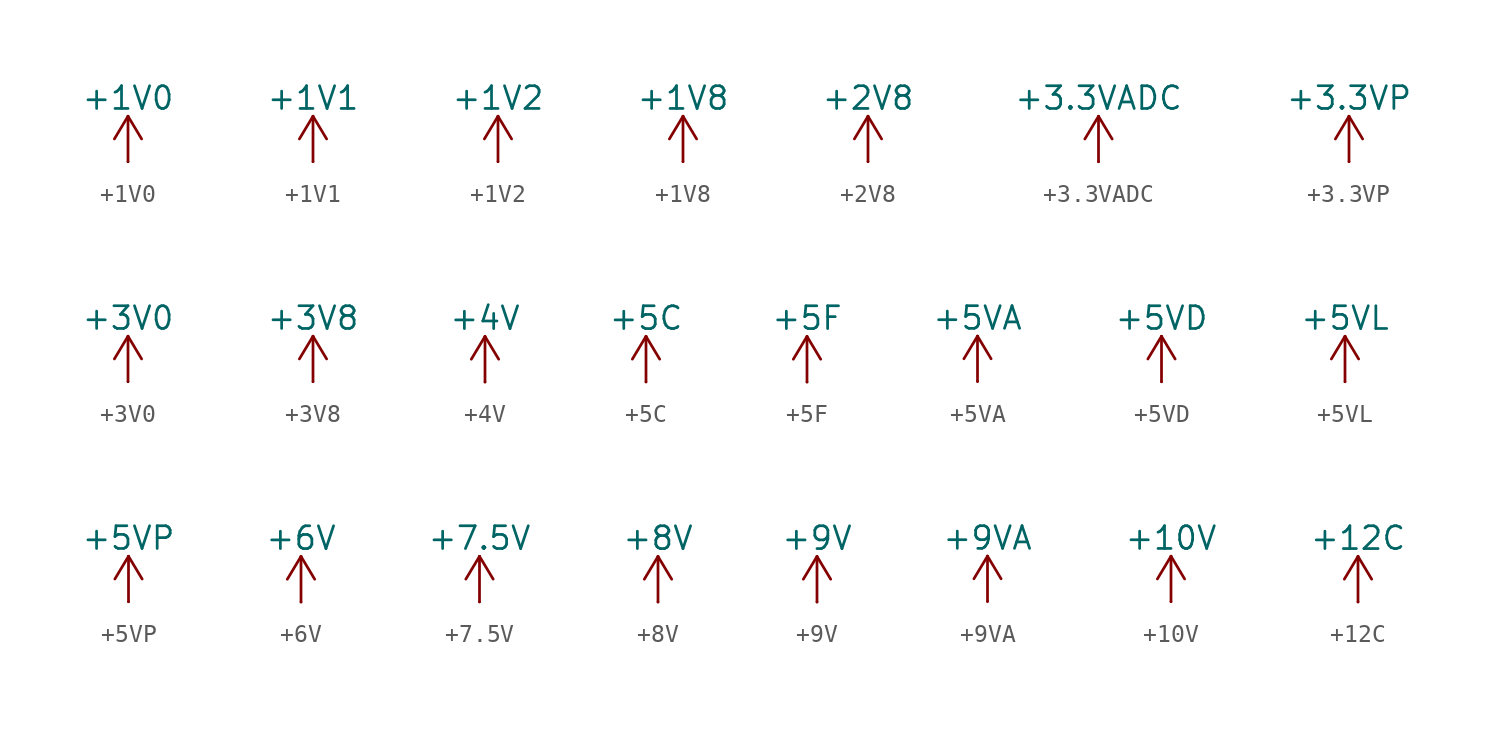
<source format=kicad_sym>
(kicad_symbol_lib
  (version 20241209)
  (generator "kicad_symbol_editor")
  (generator_version "9.0")
  (symbol "+1V0"
    (power)
    (pin_numbers
      (hide yes))
    (pin_names
      (offset 0)
      (hide yes))
    (property "Reference" "#PWR"
      (at 0 -3.81 0)
      (effects (font (size 1.27 1.27)) (hide yes)))
    (property "Value" "+1V0"
      (at 0 3.556 0)
      (effects (font (size 1.27 1.27))))
    (symbol "+1V0_0_1"
      (polyline (pts (xy -0.762 1.27) (xy 0 2.54)) (stroke (width 0) (type default)) (fill (type none)))
      (polyline (pts (xy 0 2.54) (xy 0.762 1.27)) (stroke (width 0) (type default)) (fill (type none)))
      (polyline (pts (xy 0 0) (xy 0 2.54)) (stroke (width 0) (type default)) (fill (type none))))
    (symbol "+1V0_1_1"
      (pin power_in line (at 0 0 90) (length 0) (name "~" (effects (font (size 1.27 1.27)))) (number "1" (effects (font (size 1.27 1.27)))))))
  (symbol "+1V1"
    (power)
    (pin_numbers
      (hide yes))
    (pin_names
      (offset 0)
      (hide yes))
    (property "Reference" "#PWR"
      (at 0 -3.81 0)
      (effects (font (size 1.27 1.27)) (hide yes)))
    (property "Value" "+1V1"
      (at 0 3.556 0)
      (effects (font (size 1.27 1.27))))
    (symbol "+1V1_0_1"
      (polyline (pts (xy -0.762 1.27) (xy 0 2.54)) (stroke (width 0) (type default)) (fill (type none)))
      (polyline (pts (xy 0 2.54) (xy 0.762 1.27)) (stroke (width 0) (type default)) (fill (type none)))
      (polyline (pts (xy 0 0) (xy 0 2.54)) (stroke (width 0) (type default)) (fill (type none))))
    (symbol "+1V1_1_1"
      (pin power_in line (at 0 0 90) (length 0) (name "~" (effects (font (size 1.27 1.27)))) (number "1" (effects (font (size 1.27 1.27)))))))
  (symbol "+1V2"
    (power)
    (pin_numbers
      (hide yes))
    (pin_names
      (offset 0)
      (hide yes))
    (property "Reference" "#PWR"
      (at 0 -3.81 0)
      (effects (font (size 1.27 1.27)) (hide yes)))
    (property "Value" "+1V2"
      (at 0 3.556 0)
      (effects (font (size 1.27 1.27))))
    (symbol "+1V2_0_1"
      (polyline (pts (xy -0.762 1.27) (xy 0 2.54)) (stroke (width 0) (type default)) (fill (type none)))
      (polyline (pts (xy 0 2.54) (xy 0.762 1.27)) (stroke (width 0) (type default)) (fill (type none)))
      (polyline (pts (xy 0 0) (xy 0 2.54)) (stroke (width 0) (type default)) (fill (type none))))
    (symbol "+1V2_1_1"
      (pin power_in line (at 0 0 90) (length 0) (name "~" (effects (font (size 1.27 1.27)))) (number "1" (effects (font (size 1.27 1.27)))))))
  (symbol "+1V8"
    (power)
    (pin_numbers
      (hide yes))
    (pin_names
      (offset 0)
      (hide yes))
    (property "Reference" "#PWR"
      (at 0 -3.81 0)
      (effects (font (size 1.27 1.27)) (hide yes)))
    (property "Value" "+1V8"
      (at 0 3.556 0)
      (effects (font (size 1.27 1.27))))
    (symbol "+1V8_0_1"
      (polyline (pts (xy -0.762 1.27) (xy 0 2.54)) (stroke (width 0) (type default)) (fill (type none)))
      (polyline (pts (xy 0 2.54) (xy 0.762 1.27)) (stroke (width 0) (type default)) (fill (type none)))
      (polyline (pts (xy 0 0) (xy 0 2.54)) (stroke (width 0) (type default)) (fill (type none))))
    (symbol "+1V8_1_1"
      (pin power_in line (at 0 0 90) (length 0) (name "~" (effects (font (size 1.27 1.27)))) (number "1" (effects (font (size 1.27 1.27)))))))
  (symbol "+2V8"
    (power)
    (pin_numbers
      (hide yes))
    (pin_names
      (offset 0)
      (hide yes))
    (property "Reference" "#PWR"
      (at 0 -3.81 0)
      (effects (font (size 1.27 1.27)) (hide yes)))
    (property "Value" "+2V8"
      (at 0 3.556 0)
      (effects (font (size 1.27 1.27))))
    (symbol "+2V8_0_1"
      (polyline (pts (xy -0.762 1.27) (xy 0 2.54)) (stroke (width 0) (type default)) (fill (type none)))
      (polyline (pts (xy 0 2.54) (xy 0.762 1.27)) (stroke (width 0) (type default)) (fill (type none)))
      (polyline (pts (xy 0 0) (xy 0 2.54)) (stroke (width 0) (type default)) (fill (type none))))
    (symbol "+2V8_1_1"
      (pin power_in line (at 0 0 90) (length 0) (name "~" (effects (font (size 1.27 1.27)))) (number "1" (effects (font (size 1.27 1.27)))))))
  (symbol "+3.3VADC"
    (power)
    (pin_numbers
      (hide yes))
    (pin_names
      (offset 0)
      (hide yes))
    (property "Reference" "#PWR"
      (at 3.81 -1.27 0)
      (effects (font (size 1.27 1.27)) (hide yes)))
    (property "Value" "+3.3VADC"
      (at 0 3.556 0)
      (effects (font (size 1.27 1.27))))
    (symbol "+3.3VADC_0_0"
      (pin power_in line (at 0 0 90) (length 0) (name "~" (effects (font (size 1.27 1.27)))) (number "1" (effects (font (size 1.27 1.27))))))
    (symbol "+3.3VADC_0_1"
      (polyline (pts (xy -0.762 1.27) (xy 0 2.54)) (stroke (width 0) (type default)) (fill (type none)))
      (polyline (pts (xy 0 2.54) (xy 0.762 1.27)) (stroke (width 0) (type default)) (fill (type none)))
      (polyline (pts (xy 0 0) (xy 0 2.54)) (stroke (width 0) (type default)) (fill (type none)))))
  (symbol "+3.3VP"
    (power)
    (pin_numbers
      (hide yes))
    (pin_names
      (offset 0)
      (hide yes))
    (property "Reference" "#PWR"
      (at 3.81 -1.27 0)
      (effects (font (size 1.27 1.27)) (hide yes)))
    (property "Value" "+3.3VP"
      (at 0 3.556 0)
      (effects (font (size 1.27 1.27))))
    (symbol "+3.3VP_0_0"
      (pin power_in line (at 0 0 90) (length 0) (name "~" (effects (font (size 1.27 1.27)))) (number "1" (effects (font (size 1.27 1.27))))))
    (symbol "+3.3VP_0_1"
      (polyline (pts (xy -0.762 1.27) (xy 0 2.54)) (stroke (width 0) (type default)) (fill (type none)))
      (polyline (pts (xy 0 2.54) (xy 0.762 1.27)) (stroke (width 0) (type default)) (fill (type none)))
      (polyline (pts (xy 0 0) (xy 0 2.54)) (stroke (width 0) (type default)) (fill (type none)))))
  (symbol "+3V0"
    (power)
    (pin_numbers
      (hide yes))
    (pin_names
      (offset 0)
      (hide yes))
    (property "Reference" "#PWR"
      (at 0 -3.81 0)
      (effects (font (size 1.27 1.27)) (hide yes)))
    (property "Value" "+3V0"
      (at 0 3.556 0)
      (effects (font (size 1.27 1.27))))
    (symbol "+3V0_0_1"
      (polyline (pts (xy -0.762 1.27) (xy 0 2.54)) (stroke (width 0) (type default)) (fill (type none)))
      (polyline (pts (xy 0 2.54) (xy 0.762 1.27)) (stroke (width 0) (type default)) (fill (type none)))
      (polyline (pts (xy 0 0) (xy 0 2.54)) (stroke (width 0) (type default)) (fill (type none))))
    (symbol "+3V0_1_1"
      (pin power_in line (at 0 0 90) (length 0) (name "~" (effects (font (size 1.27 1.27)))) (number "1" (effects (font (size 1.27 1.27)))))))
  (symbol "+3V8"
    (power)
    (pin_numbers
      (hide yes))
    (pin_names
      (offset 0)
      (hide yes))
    (property "Reference" "#PWR"
      (at 0 -3.81 0)
      (effects (font (size 1.27 1.27)) (hide yes)))
    (property "Value" "+3V8"
      (at 0 3.556 0)
      (effects (font (size 1.27 1.27))))
    (symbol "+3V8_0_1"
      (polyline (pts (xy -0.762 1.27) (xy 0 2.54)) (stroke (width 0) (type default)) (fill (type none)))
      (polyline (pts (xy 0 2.54) (xy 0.762 1.27)) (stroke (width 0) (type default)) (fill (type none)))
      (polyline (pts (xy 0 0) (xy 0 2.54)) (stroke (width 0) (type default)) (fill (type none))))
    (symbol "+3V8_1_1"
      (pin power_in line (at 0 0 90) (length 0) (name "~" (effects (font (size 1.27 1.27)))) (number "1" (effects (font (size 1.27 1.27)))))))
  (symbol "+4V"
    (power)
    (pin_numbers
      (hide yes))
    (pin_names
      (offset 0)
      (hide yes))
    (property "Reference" "#PWR"
      (at 0 -3.81 0)
      (effects (font (size 1.27 1.27)) (hide yes)))
    (property "Value" "+4V"
      (at 0 3.556 0)
      (effects (font (size 1.27 1.27))))
    (symbol "+4V_0_1"
      (polyline (pts (xy -0.762 1.27) (xy 0 2.54)) (stroke (width 0) (type default)) (fill (type none)))
      (polyline (pts (xy 0 2.54) (xy 0.762 1.27)) (stroke (width 0) (type default)) (fill (type none)))
      (polyline (pts (xy 0 0) (xy 0 2.54)) (stroke (width 0) (type default)) (fill (type none))))
    (symbol "+4V_1_1"
      (pin power_in line (at 0 0 90) (length 0) (name "~" (effects (font (size 1.27 1.27)))) (number "1" (effects (font (size 1.27 1.27)))))))
  (symbol "+5C"
    (power)
    (pin_numbers
      (hide yes))
    (pin_names
      (offset 0)
      (hide yes))
    (property "Reference" "#PWR"
      (at 0 -3.81 0)
      (effects (font (size 1.27 1.27)) (hide yes)))
    (property "Value" "+5C"
      (at 0 3.556 0)
      (effects (font (size 1.27 1.27))))
    (symbol "+5C_0_1"
      (polyline (pts (xy -0.762 1.27) (xy 0 2.54)) (stroke (width 0) (type default)) (fill (type none)))
      (polyline (pts (xy 0 2.54) (xy 0.762 1.27)) (stroke (width 0) (type default)) (fill (type none)))
      (polyline (pts (xy 0 0) (xy 0 2.54)) (stroke (width 0) (type default)) (fill (type none))))
    (symbol "+5C_1_1"
      (pin power_in line (at 0 0 90) (length 0) (name "~" (effects (font (size 1.27 1.27)))) (number "1" (effects (font (size 1.27 1.27)))))))
  (symbol "+5F"
    (power)
    (pin_numbers
      (hide yes))
    (pin_names
      (offset 0)
      (hide yes))
    (property "Reference" "#PWR"
      (at 0 -3.81 0)
      (effects (font (size 1.27 1.27)) (hide yes)))
    (property "Value" "+5F"
      (at 0 3.556 0)
      (effects (font (size 1.27 1.27))))
    (symbol "+5F_0_1"
      (polyline (pts (xy -0.762 1.27) (xy 0 2.54)) (stroke (width 0) (type default)) (fill (type none)))
      (polyline (pts (xy 0 2.54) (xy 0.762 1.27)) (stroke (width 0) (type default)) (fill (type none)))
      (polyline (pts (xy 0 0) (xy 0 2.54)) (stroke (width 0) (type default)) (fill (type none))))
    (symbol "+5F_1_1"
      (pin power_in line (at 0 0 90) (length 0) (name "~" (effects (font (size 1.27 1.27)))) (number "1" (effects (font (size 1.27 1.27)))))))
  (symbol "+5VA"
    (power)
    (pin_numbers
      (hide yes))
    (pin_names
      (offset 0)
      (hide yes))
    (property "Reference" "#PWR"
      (at 0 -3.81 0)
      (effects (font (size 1.27 1.27)) (hide yes)))
    (property "Value" "+5VA"
      (at 0 3.556 0)
      (effects (font (size 1.27 1.27))))
    (symbol "+5VA_0_1"
      (polyline (pts (xy -0.762 1.27) (xy 0 2.54)) (stroke (width 0) (type default)) (fill (type none)))
      (polyline (pts (xy 0 2.54) (xy 0.762 1.27)) (stroke (width 0) (type default)) (fill (type none)))
      (polyline (pts (xy 0 0) (xy 0 2.54)) (stroke (width 0) (type default)) (fill (type none))))
    (symbol "+5VA_1_1"
      (pin power_in line (at 0 0 90) (length 0) (name "~" (effects (font (size 1.27 1.27)))) (number "1" (effects (font (size 1.27 1.27)))))))
  (symbol "+5VD"
    (power)
    (pin_numbers
      (hide yes))
    (pin_names
      (offset 0)
      (hide yes))
    (property "Reference" "#PWR"
      (at 0 -3.81 0)
      (effects (font (size 1.27 1.27)) (hide yes)))
    (property "Value" "+5VD"
      (at 0 3.556 0)
      (effects (font (size 1.27 1.27))))
    (symbol "+5VD_0_1"
      (polyline (pts (xy -0.762 1.27) (xy 0 2.54)) (stroke (width 0) (type default)) (fill (type none)))
      (polyline (pts (xy 0 2.54) (xy 0.762 1.27)) (stroke (width 0) (type default)) (fill (type none)))
      (polyline (pts (xy 0 0) (xy 0 2.54)) (stroke (width 0) (type default)) (fill (type none))))
    (symbol "+5VD_1_1"
      (pin power_in line (at 0 0 90) (length 0) (name "~" (effects (font (size 1.27 1.27)))) (number "1" (effects (font (size 1.27 1.27)))))))
  (symbol "+5VL"
    (power)
    (pin_numbers
      (hide yes))
    (pin_names
      (offset 0)
      (hide yes))
    (property "Reference" "#PWR"
      (at 0 -3.81 0)
      (effects (font (size 1.27 1.27)) (hide yes)))
    (property "Value" "+5VL"
      (at 0 3.556 0)
      (effects (font (size 1.27 1.27))))
    (symbol "+5VL_0_1"
      (polyline (pts (xy -0.762 1.27) (xy 0 2.54)) (stroke (width 0) (type default)) (fill (type none)))
      (polyline (pts (xy 0 2.54) (xy 0.762 1.27)) (stroke (width 0) (type default)) (fill (type none)))
      (polyline (pts (xy 0 0) (xy 0 2.54)) (stroke (width 0) (type default)) (fill (type none))))
    (symbol "+5VL_1_1"
      (pin power_in line (at 0 0 90) (length 0) (name "~" (effects (font (size 1.27 1.27)))) (number "1" (effects (font (size 1.27 1.27)))))))
  (symbol "+5VP"
    (power)
    (pin_numbers
      (hide yes))
    (pin_names
      (offset 0)
      (hide yes))
    (property "Reference" "#PWR"
      (at 0 -3.81 0)
      (effects (font (size 1.27 1.27)) (hide yes)))
    (property "Value" "+5VP"
      (at 0 3.556 0)
      (effects (font (size 1.27 1.27))))
    (symbol "+5VP_0_1"
      (polyline (pts (xy -0.762 1.27) (xy 0 2.54)) (stroke (width 0) (type default)) (fill (type none)))
      (polyline (pts (xy 0 2.54) (xy 0.762 1.27)) (stroke (width 0) (type default)) (fill (type none)))
      (polyline (pts (xy 0 0) (xy 0 2.54)) (stroke (width 0) (type default)) (fill (type none))))
    (symbol "+5VP_1_1"
      (pin power_in line (at 0 0 90) (length 0) (name "~" (effects (font (size 1.27 1.27)))) (number "1" (effects (font (size 1.27 1.27)))))))
  (symbol "+6V"
    (power)
    (pin_numbers
      (hide yes))
    (pin_names
      (offset 0)
      (hide yes))
    (property "Reference" "#PWR"
      (at 0 -3.81 0)
      (effects (font (size 1.27 1.27)) (hide yes)))
    (property "Value" "+6V"
      (at 0 3.556 0)
      (effects (font (size 1.27 1.27))))
    (symbol "+6V_0_1"
      (polyline (pts (xy -0.762 1.27) (xy 0 2.54)) (stroke (width 0) (type default)) (fill (type none)))
      (polyline (pts (xy 0 2.54) (xy 0.762 1.27)) (stroke (width 0) (type default)) (fill (type none)))
      (polyline (pts (xy 0 0) (xy 0 2.54)) (stroke (width 0) (type default)) (fill (type none))))
    (symbol "+6V_1_1"
      (pin power_in line (at 0 0 90) (length 0) (name "~" (effects (font (size 1.27 1.27)))) (number "1" (effects (font (size 1.27 1.27)))))))
  (symbol "+7.5V"
    (power)
    (pin_numbers
      (hide yes))
    (pin_names
      (offset 0)
      (hide yes))
    (property "Reference" "#PWR"
      (at 0 -3.81 0)
      (effects (font (size 1.27 1.27)) (hide yes)))
    (property "Value" "+7.5V"
      (at 0 3.556 0)
      (effects (font (size 1.27 1.27))))
    (symbol "+7.5V_0_1"
      (polyline (pts (xy -0.762 1.27) (xy 0 2.54)) (stroke (width 0) (type default)) (fill (type none)))
      (polyline (pts (xy 0 2.54) (xy 0.762 1.27)) (stroke (width 0) (type default)) (fill (type none)))
      (polyline (pts (xy 0 0) (xy 0 2.54)) (stroke (width 0) (type default)) (fill (type none))))
    (symbol "+7.5V_1_1"
      (pin power_in line (at 0 0 90) (length 0) (name "~" (effects (font (size 1.27 1.27)))) (number "1" (effects (font (size 1.27 1.27)))))))
  (symbol "+8V"
    (power)
    (pin_numbers
      (hide yes))
    (pin_names
      (offset 0)
      (hide yes))
    (property "Reference" "#PWR"
      (at 0 -3.81 0)
      (effects (font (size 1.27 1.27)) (hide yes)))
    (property "Value" "+8V"
      (at 0 3.556 0)
      (effects (font (size 1.27 1.27))))
    (symbol "+8V_0_1"
      (polyline (pts (xy -0.762 1.27) (xy 0 2.54)) (stroke (width 0) (type default)) (fill (type none)))
      (polyline (pts (xy 0 2.54) (xy 0.762 1.27)) (stroke (width 0) (type default)) (fill (type none)))
      (polyline (pts (xy 0 0) (xy 0 2.54)) (stroke (width 0) (type default)) (fill (type none))))
    (symbol "+8V_1_1"
      (pin power_in line (at 0 0 90) (length 0) (name "~" (effects (font (size 1.27 1.27)))) (number "1" (effects (font (size 1.27 1.27)))))))
  (symbol "+9V"
    (power)
    (pin_numbers
      (hide yes))
    (pin_names
      (offset 0)
      (hide yes))
    (property "Reference" "#PWR"
      (at 0 -3.81 0)
      (effects (font (size 1.27 1.27)) (hide yes)))
    (property "Value" "+9V"
      (at 0 3.556 0)
      (effects (font (size 1.27 1.27))))
    (symbol "+9V_0_1"
      (polyline (pts (xy -0.762 1.27) (xy 0 2.54)) (stroke (width 0) (type default)) (fill (type none)))
      (polyline (pts (xy 0 2.54) (xy 0.762 1.27)) (stroke (width 0) (type default)) (fill (type none)))
      (polyline (pts (xy 0 0) (xy 0 2.54)) (stroke (width 0) (type default)) (fill (type none))))
    (symbol "+9V_1_1"
      (pin power_in line (at 0 0 90) (length 0) (name "~" (effects (font (size 1.27 1.27)))) (number "1" (effects (font (size 1.27 1.27)))))))
  (symbol "+9VA"
    (power)
    (pin_numbers
      (hide yes))
    (pin_names
      (offset 0)
      (hide yes))
    (property "Reference" "#PWR"
      (at 0 -3.175 0)
      (effects (font (size 1.27 1.27)) (hide yes)))
    (property "Value" "+9VA"
      (at 0 3.556 0)
      (effects (font (size 1.27 1.27))))
    (symbol "+9VA_0_1"
      (polyline (pts (xy -0.762 1.27) (xy 0 2.54)) (stroke (width 0) (type default)) (fill (type none)))
      (polyline (pts (xy 0 2.54) (xy 0.762 1.27)) (stroke (width 0) (type default)) (fill (type none)))
      (polyline (pts (xy 0 0) (xy 0 2.54)) (stroke (width 0) (type default)) (fill (type none))))
    (symbol "+9VA_1_1"
      (pin power_in line (at 0 0 90) (length 0) (name "~" (effects (font (size 1.27 1.27)))) (number "1" (effects (font (size 1.27 1.27)))))))
  (symbol "+10V"
    (power)
    (pin_numbers
      (hide yes))
    (pin_names
      (offset 0)
      (hide yes))
    (property "Reference" "#PWR"
      (at 0 -3.81 0)
      (effects (font (size 1.27 1.27)) (hide yes)))
    (property "Value" "+10V"
      (at 0 3.556 0)
      (effects (font (size 1.27 1.27))))
    (symbol "+10V_0_1"
      (polyline (pts (xy -0.762 1.27) (xy 0 2.54)) (stroke (width 0) (type default)) (fill (type none)))
      (polyline (pts (xy 0 2.54) (xy 0.762 1.27)) (stroke (width 0) (type default)) (fill (type none)))
      (polyline (pts (xy 0 0) (xy 0 2.54)) (stroke (width 0) (type default)) (fill (type none))))
    (symbol "+10V_1_1"
      (pin power_in line (at 0 0 90) (length 0) (name "~" (effects (font (size 1.27 1.27)))) (number "1" (effects (font (size 1.27 1.27)))))))
  (symbol "+12C"
    (power)
    (pin_numbers
      (hide yes))
    (pin_names
      (offset 0)
      (hide yes))
    (property "Reference" "#PWR"
      (at 0 -3.81 0)
      (effects (font (size 1.27 1.27)) (hide yes)))
    (property "Value" "+12C"
      (at 0 3.556 0)
      (effects (font (size 1.27 1.27))))
    (symbol "+12C_0_1"
      (polyline (pts (xy -0.762 1.27) (xy 0 2.54)) (stroke (width 0) (type default)) (fill (type none)))
      (polyline (pts (xy 0 2.54) (xy 0.762 1.27)) (stroke (width 0) (type default)) (fill (type none)))
      (polyline (pts (xy 0 0) (xy 0 2.54)) (stroke (width 0) (type default)) (fill (type none))))
    (symbol "+12C_1_1"
      (pin power_in line (at 0 0 90) (length 0) (name "~" (effects (font (size 1.27 1.27)))) (number "1" (effects (font (size 1.27 1.27))))))))
</source>
